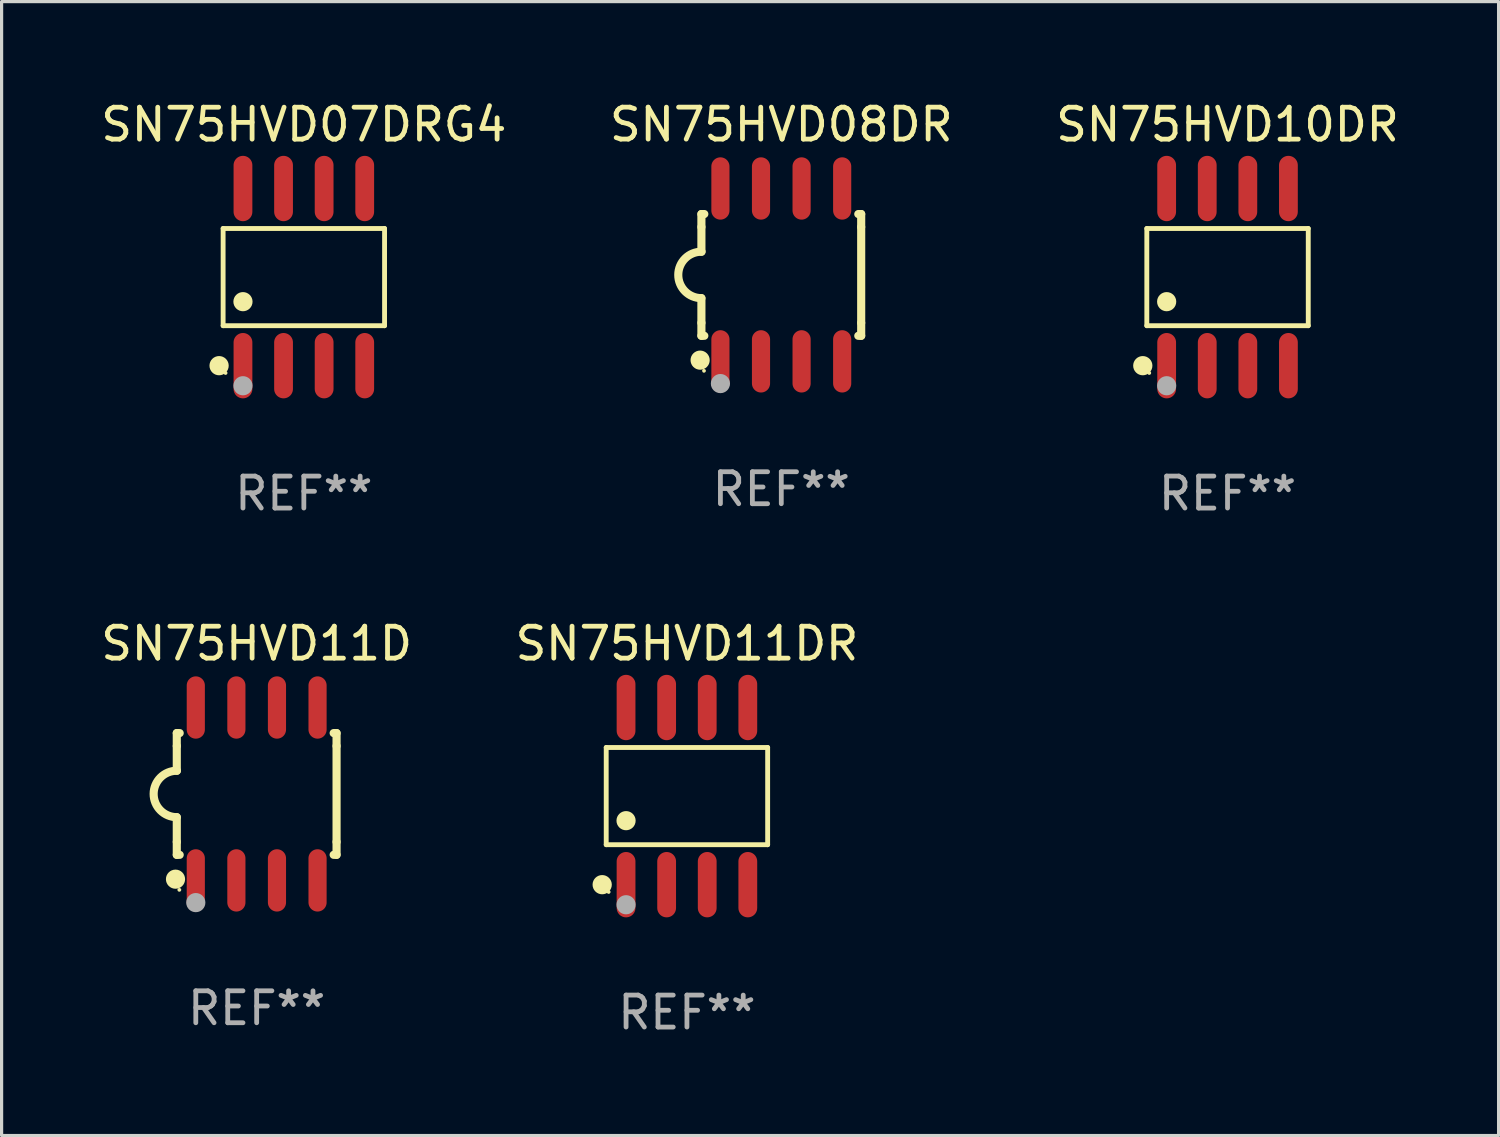
<source format=kicad_pcb>
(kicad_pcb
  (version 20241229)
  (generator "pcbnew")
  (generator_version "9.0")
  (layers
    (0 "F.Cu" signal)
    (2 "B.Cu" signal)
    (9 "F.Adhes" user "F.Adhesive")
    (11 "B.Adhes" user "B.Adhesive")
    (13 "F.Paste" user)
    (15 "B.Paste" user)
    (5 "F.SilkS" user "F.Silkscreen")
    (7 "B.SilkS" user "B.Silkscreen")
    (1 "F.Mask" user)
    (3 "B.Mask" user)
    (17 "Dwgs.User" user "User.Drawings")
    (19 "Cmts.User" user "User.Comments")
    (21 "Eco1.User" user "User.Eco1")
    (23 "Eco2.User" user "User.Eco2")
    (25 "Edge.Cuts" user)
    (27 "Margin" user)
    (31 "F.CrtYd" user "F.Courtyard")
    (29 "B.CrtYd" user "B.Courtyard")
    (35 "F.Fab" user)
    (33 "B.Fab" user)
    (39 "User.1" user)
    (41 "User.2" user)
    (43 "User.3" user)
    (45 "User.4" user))
  (footprint "SN75HVD08DR"
    (layer "F.Cu")
    (at 21.399 5.553)
    (property "Reference" "SN75HVD08DR" (at 0 -4.705 0) (layer "F.SilkS") (effects (font (size 1 1) (thickness 0.15))))
    (attr through_hole)
    (fp_line (start -2.5 -1.905) (end -2.409 -1.905) (stroke (width 0.254) (type solid)) (layer "F.SilkS"))
    (fp_line (start -2.5 -1.5) (end -2.5 -1.905) (stroke (width 0.254) (type solid)) (layer "F.SilkS"))
    (fp_line (start -2.5 -1.5) (end -2.5 -0.726) (stroke (width 0.254) (type solid)) (layer "F.SilkS"))
    (fp_line (start -2.5 1.5) (end -2.5 0.727) (stroke (width 0.254) (type solid)) (layer "F.SilkS"))
    (fp_line (start -2.5 1.5) (end -2.5 1.905) (stroke (width 0.254) (type solid)) (layer "F.SilkS"))
    (fp_line (start -2.5 1.905) (end -2.409 1.905) (stroke (width 0.254) (type solid)) (layer "F.SilkS"))
    (fp_line (start 2.5 -1.905) (end 2.409 -1.905) (stroke (width 0.254) (type solid)) (layer "F.SilkS"))
    (fp_line (start 2.5 -1.5) (end 2.5 -1.905) (stroke (width 0.254) (type solid)) (layer "F.SilkS"))
    (fp_line (start 2.5 -1.5) (end 2.5 1.5) (stroke (width 0.254) (type solid)) (layer "F.SilkS"))
    (fp_line (start 2.5 1.5) (end 2.5 1.905) (stroke (width 0.254) (type solid)) (layer "F.SilkS"))
    (fp_line (start 2.5 1.905) (end 2.409 1.905) (stroke (width 0.254) (type solid)) (layer "F.SilkS"))
    (fp_arc (start -2.5 0.726568) (mid -3.220316 -0.0023) (end -2.495097 -0.726289) (stroke (width 0.254001) (type solid)) (layer "F.SilkS"))
    (fp_circle (center -2.54 2.667) (end -2.39 2.667) (stroke (width 0.3) (type solid)) (fill no) (layer "F.SilkS"))
    (fp_circle (center -2.42 3) (end -2.39 3) (stroke (width 0.06) (type solid)) (fill no) (layer "F.SilkS"))
    (fp_circle (center -1.905 3.4) (end -1.755 3.4) (stroke (width 0.3) (type solid)) (fill no) (layer "F.Fab"))
    (fp_text user "REF**" (at 0 6.705 0) (layer "F.Fab") (effects (font (size 1 1) (thickness 0.15))))
    (pad "1" smd oval (at -1.905 2.705) (size 0.568 1.95) (layers "F.Cu" "F.Mask" "F.Paste"))
    (pad "2" smd oval (at -0.635 2.705) (size 0.568 1.95) (layers "F.Cu" "F.Mask" "F.Paste"))
    (pad "3" smd oval (at 0.635 2.705) (size 0.568 1.95) (layers "F.Cu" "F.Mask" "F.Paste"))
    (pad "4" smd oval (at 1.905 2.705) (size 0.568 1.95) (layers "F.Cu" "F.Mask" "F.Paste"))
    (pad "5" smd oval (at 1.905 -2.705) (size 0.568 1.95) (layers "F.Cu" "F.Mask" "F.Paste"))
    (pad "6" smd oval (at 0.635 -2.705) (size 0.568 1.95) (layers "F.Cu" "F.Mask" "F.Paste"))
    (pad "7" smd oval (at -0.635 -2.705) (size 0.568 1.95) (layers "F.Cu" "F.Mask" "F.Paste"))
    (pad "8" smd oval (at -1.905 -2.705) (size 0.568 1.95) (layers "F.Cu" "F.Mask" "F.Paste")))
  (footprint "SN75HVD11D"
    (layer "F.Cu")
    (at 4.982 21.795)
    (property "Reference" "SN75HVD11D" (at 0 -4.705 0) (layer "F.SilkS") (effects (font (size 1 1) (thickness 0.15))))
    (attr through_hole)
    (fp_line (start -2.5 -1.905) (end -2.409 -1.905) (stroke (width 0.254) (type solid)) (layer "F.SilkS"))
    (fp_line (start -2.5 -1.5) (end -2.5 -1.905) (stroke (width 0.254) (type solid)) (layer "F.SilkS"))
    (fp_line (start -2.5 -1.5) (end -2.5 -0.726) (stroke (width 0.254) (type solid)) (layer "F.SilkS"))
    (fp_line (start -2.5 1.5) (end -2.5 0.727) (stroke (width 0.254) (type solid)) (layer "F.SilkS"))
    (fp_line (start -2.5 1.5) (end -2.5 1.905) (stroke (width 0.254) (type solid)) (layer "F.SilkS"))
    (fp_line (start -2.5 1.905) (end -2.409 1.905) (stroke (width 0.254) (type solid)) (layer "F.SilkS"))
    (fp_line (start 2.5 -1.905) (end 2.409 -1.905) (stroke (width 0.254) (type solid)) (layer "F.SilkS"))
    (fp_line (start 2.5 -1.5) (end 2.5 -1.905) (stroke (width 0.254) (type solid)) (layer "F.SilkS"))
    (fp_line (start 2.5 -1.5) (end 2.5 1.5) (stroke (width 0.254) (type solid)) (layer "F.SilkS"))
    (fp_line (start 2.5 1.5) (end 2.5 1.905) (stroke (width 0.254) (type solid)) (layer "F.SilkS"))
    (fp_line (start 2.5 1.905) (end 2.409 1.905) (stroke (width 0.254) (type solid)) (layer "F.SilkS"))
    (fp_arc (start -2.5 0.726568) (mid -3.220316 -0.0023) (end -2.495097 -0.726289) (stroke (width 0.254001) (type solid)) (layer "F.SilkS"))
    (fp_circle (center -2.54 2.667) (end -2.39 2.667) (stroke (width 0.3) (type solid)) (fill no) (layer "F.SilkS"))
    (fp_circle (center -2.42 3) (end -2.39 3) (stroke (width 0.06) (type solid)) (fill no) (layer "F.SilkS"))
    (fp_circle (center -1.905 3.4) (end -1.755 3.4) (stroke (width 0.3) (type solid)) (fill no) (layer "F.Fab"))
    (fp_text user "REF**" (at 0 6.705 0) (layer "F.Fab") (effects (font (size 1 1) (thickness 0.15))))
    (pad "1" smd oval (at -1.905 2.705) (size 0.568 1.95) (layers "F.Cu" "F.Mask" "F.Paste"))
    (pad "2" smd oval (at -0.635 2.705) (size 0.568 1.95) (layers "F.Cu" "F.Mask" "F.Paste"))
    (pad "3" smd oval (at 0.635 2.705) (size 0.568 1.95) (layers "F.Cu" "F.Mask" "F.Paste"))
    (pad "4" smd oval (at 1.905 2.705) (size 0.568 1.95) (layers "F.Cu" "F.Mask" "F.Paste"))
    (pad "5" smd oval (at 1.905 -2.705) (size 0.568 1.95) (layers "F.Cu" "F.Mask" "F.Paste"))
    (pad "6" smd oval (at 0.635 -2.705) (size 0.568 1.95) (layers "F.Cu" "F.Mask" "F.Paste"))
    (pad "7" smd oval (at -0.635 -2.705) (size 0.568 1.95) (layers "F.Cu" "F.Mask" "F.Paste"))
    (pad "8" smd oval (at -1.905 -2.705) (size 0.568 1.95) (layers "F.Cu" "F.Mask" "F.Paste")))
  (footprint "SN75HVD07DRG4"
    (layer "F.Cu")
    (at 6.458 5.621)
    (property "Reference" "SN75HVD07DRG4" (at 0 -4.772 0) (layer "F.SilkS") (effects (font (size 1 1) (thickness 0.15))))
    (attr through_hole)
    (fp_line (start -2.526 -1.521) (end 2.526 -1.521) (stroke (width 0.152) (type solid)) (layer "F.SilkS"))
    (fp_line (start -2.526 1.521) (end -2.526 -1.521) (stroke (width 0.152) (type solid)) (layer "F.SilkS"))
    (fp_line (start 2.526 -1.521) (end 2.526 1.521) (stroke (width 0.152) (type solid)) (layer "F.SilkS"))
    (fp_line (start 2.526 1.521) (end -2.526 1.521) (stroke (width 0.152) (type solid)) (layer "F.SilkS"))
    (fp_circle (center -2.652 2.772) (end -2.501 2.772) (stroke (width 0.3) (type solid)) (fill no) (layer "F.SilkS"))
    (fp_circle (center -2.45 3) (end -2.42 3) (stroke (width 0.06) (type solid)) (fill no) (layer "F.SilkS"))
    (fp_circle (center -1.905 0.769) (end -1.755 0.769) (stroke (width 0.3) (type solid)) (fill no) (layer "F.SilkS"))
    (fp_circle (center -1.905 3.4) (end -1.755 3.4) (stroke (width 0.3) (type solid)) (fill no) (layer "F.Fab"))
    (fp_text user "REF**" (at 0 6.772 0) (layer "F.Fab") (effects (font (size 1 1) (thickness 0.15))))
    (pad "1" smd oval (at -1.905 2.772) (size 0.588 2.045) (layers "F.Cu" "F.Mask" "F.Paste"))
    (pad "2" smd oval (at -0.635 2.772) (size 0.588 2.045) (layers "F.Cu" "F.Mask" "F.Paste"))
    (pad "3" smd oval (at 0.635 2.772) (size 0.588 2.045) (layers "F.Cu" "F.Mask" "F.Paste"))
    (pad "4" smd oval (at 1.905 2.772) (size 0.588 2.045) (layers "F.Cu" "F.Mask" "F.Paste"))
    (pad "5" smd oval (at 1.905 -2.772) (size 0.588 2.045) (layers "F.Cu" "F.Mask" "F.Paste"))
    (pad "6" smd oval (at 0.635 -2.772) (size 0.588 2.045) (layers "F.Cu" "F.Mask" "F.Paste"))
    (pad "7" smd oval (at -0.635 -2.772) (size 0.588 2.045) (layers "F.Cu" "F.Mask" "F.Paste"))
    (pad "8" smd oval (at -1.905 -2.772) (size 0.588 2.045) (layers "F.Cu" "F.Mask" "F.Paste")))
  (footprint "SN75HVD10DR"
    (layer "F.Cu")
    (at 35.363 5.621)
    (property "Reference" "SN75HVD10DR" (at 0 -4.772 0) (layer "F.SilkS") (effects (font (size 1 1) (thickness 0.15))))
    (attr through_hole)
    (fp_line (start -2.526 -1.521) (end 2.526 -1.521) (stroke (width 0.152) (type solid)) (layer "F.SilkS"))
    (fp_line (start -2.526 1.521) (end -2.526 -1.521) (stroke (width 0.152) (type solid)) (layer "F.SilkS"))
    (fp_line (start 2.526 -1.521) (end 2.526 1.521) (stroke (width 0.152) (type solid)) (layer "F.SilkS"))
    (fp_line (start 2.526 1.521) (end -2.526 1.521) (stroke (width 0.152) (type solid)) (layer "F.SilkS"))
    (fp_circle (center -2.652 2.772) (end -2.501 2.772) (stroke (width 0.3) (type solid)) (fill no) (layer "F.SilkS"))
    (fp_circle (center -2.45 3) (end -2.42 3) (stroke (width 0.06) (type solid)) (fill no) (layer "F.SilkS"))
    (fp_circle (center -1.905 0.769) (end -1.755 0.769) (stroke (width 0.3) (type solid)) (fill no) (layer "F.SilkS"))
    (fp_circle (center -1.905 3.4) (end -1.755 3.4) (stroke (width 0.3) (type solid)) (fill no) (layer "F.Fab"))
    (fp_text user "REF**" (at 0 6.772 0) (layer "F.Fab") (effects (font (size 1 1) (thickness 0.15))))
    (pad "1" smd oval (at -1.905 2.772) (size 0.588 2.045) (layers "F.Cu" "F.Mask" "F.Paste"))
    (pad "2" smd oval (at -0.635 2.772) (size 0.588 2.045) (layers "F.Cu" "F.Mask" "F.Paste"))
    (pad "3" smd oval (at 0.635 2.772) (size 0.588 2.045) (layers "F.Cu" "F.Mask" "F.Paste"))
    (pad "4" smd oval (at 1.905 2.772) (size 0.588 2.045) (layers "F.Cu" "F.Mask" "F.Paste"))
    (pad "5" smd oval (at 1.905 -2.772) (size 0.588 2.045) (layers "F.Cu" "F.Mask" "F.Paste"))
    (pad "6" smd oval (at 0.635 -2.772) (size 0.588 2.045) (layers "F.Cu" "F.Mask" "F.Paste"))
    (pad "7" smd oval (at -0.635 -2.772) (size 0.588 2.045) (layers "F.Cu" "F.Mask" "F.Paste"))
    (pad "8" smd oval (at -1.905 -2.772) (size 0.588 2.045) (layers "F.Cu" "F.Mask" "F.Paste")))
  (footprint "SN75HVD11DR"
    (layer "F.Cu")
    (at 18.446 21.862)
    (property "Reference" "SN75HVD11DR" (at 0 -4.772 0) (layer "F.SilkS") (effects (font (size 1 1) (thickness 0.15))))
    (attr through_hole)
    (fp_line (start -2.526 -1.521) (end 2.526 -1.521) (stroke (width 0.152) (type solid)) (layer "F.SilkS"))
    (fp_line (start -2.526 1.521) (end -2.526 -1.521) (stroke (width 0.152) (type solid)) (layer "F.SilkS"))
    (fp_line (start 2.526 -1.521) (end 2.526 1.521) (stroke (width 0.152) (type solid)) (layer "F.SilkS"))
    (fp_line (start 2.526 1.521) (end -2.526 1.521) (stroke (width 0.152) (type solid)) (layer "F.SilkS"))
    (fp_circle (center -2.652 2.772) (end -2.501 2.772) (stroke (width 0.3) (type solid)) (fill no) (layer "F.SilkS"))
    (fp_circle (center -2.45 3) (end -2.42 3) (stroke (width 0.06) (type solid)) (fill no) (layer "F.SilkS"))
    (fp_circle (center -1.905 0.769) (end -1.755 0.769) (stroke (width 0.3) (type solid)) (fill no) (layer "F.SilkS"))
    (fp_circle (center -1.905 3.4) (end -1.755 3.4) (stroke (width 0.3) (type solid)) (fill no) (layer "F.Fab"))
    (fp_text user "REF**" (at 0 6.772 0) (layer "F.Fab") (effects (font (size 1 1) (thickness 0.15))))
    (pad "1" smd oval (at -1.905 2.772) (size 0.588 2.045) (layers "F.Cu" "F.Mask" "F.Paste"))
    (pad "2" smd oval (at -0.635 2.772) (size 0.588 2.045) (layers "F.Cu" "F.Mask" "F.Paste"))
    (pad "3" smd oval (at 0.635 2.772) (size 0.588 2.045) (layers "F.Cu" "F.Mask" "F.Paste"))
    (pad "4" smd oval (at 1.905 2.772) (size 0.588 2.045) (layers "F.Cu" "F.Mask" "F.Paste"))
    (pad "5" smd oval (at 1.905 -2.772) (size 0.588 2.045) (layers "F.Cu" "F.Mask" "F.Paste"))
    (pad "6" smd oval (at 0.635 -2.772) (size 0.588 2.045) (layers "F.Cu" "F.Mask" "F.Paste"))
    (pad "7" smd oval (at -0.635 -2.772) (size 0.588 2.045) (layers "F.Cu" "F.Mask" "F.Paste"))
    (pad "8" smd oval (at -1.905 -2.772) (size 0.588 2.045) (layers "F.Cu" "F.Mask" "F.Paste")))
  (gr_rect
    (start -3 -3)
    (end 43.845 32.483)
    (stroke (width 0.1) (type default))
    (fill no)
    (layer "Edge.Cuts")))
</source>
